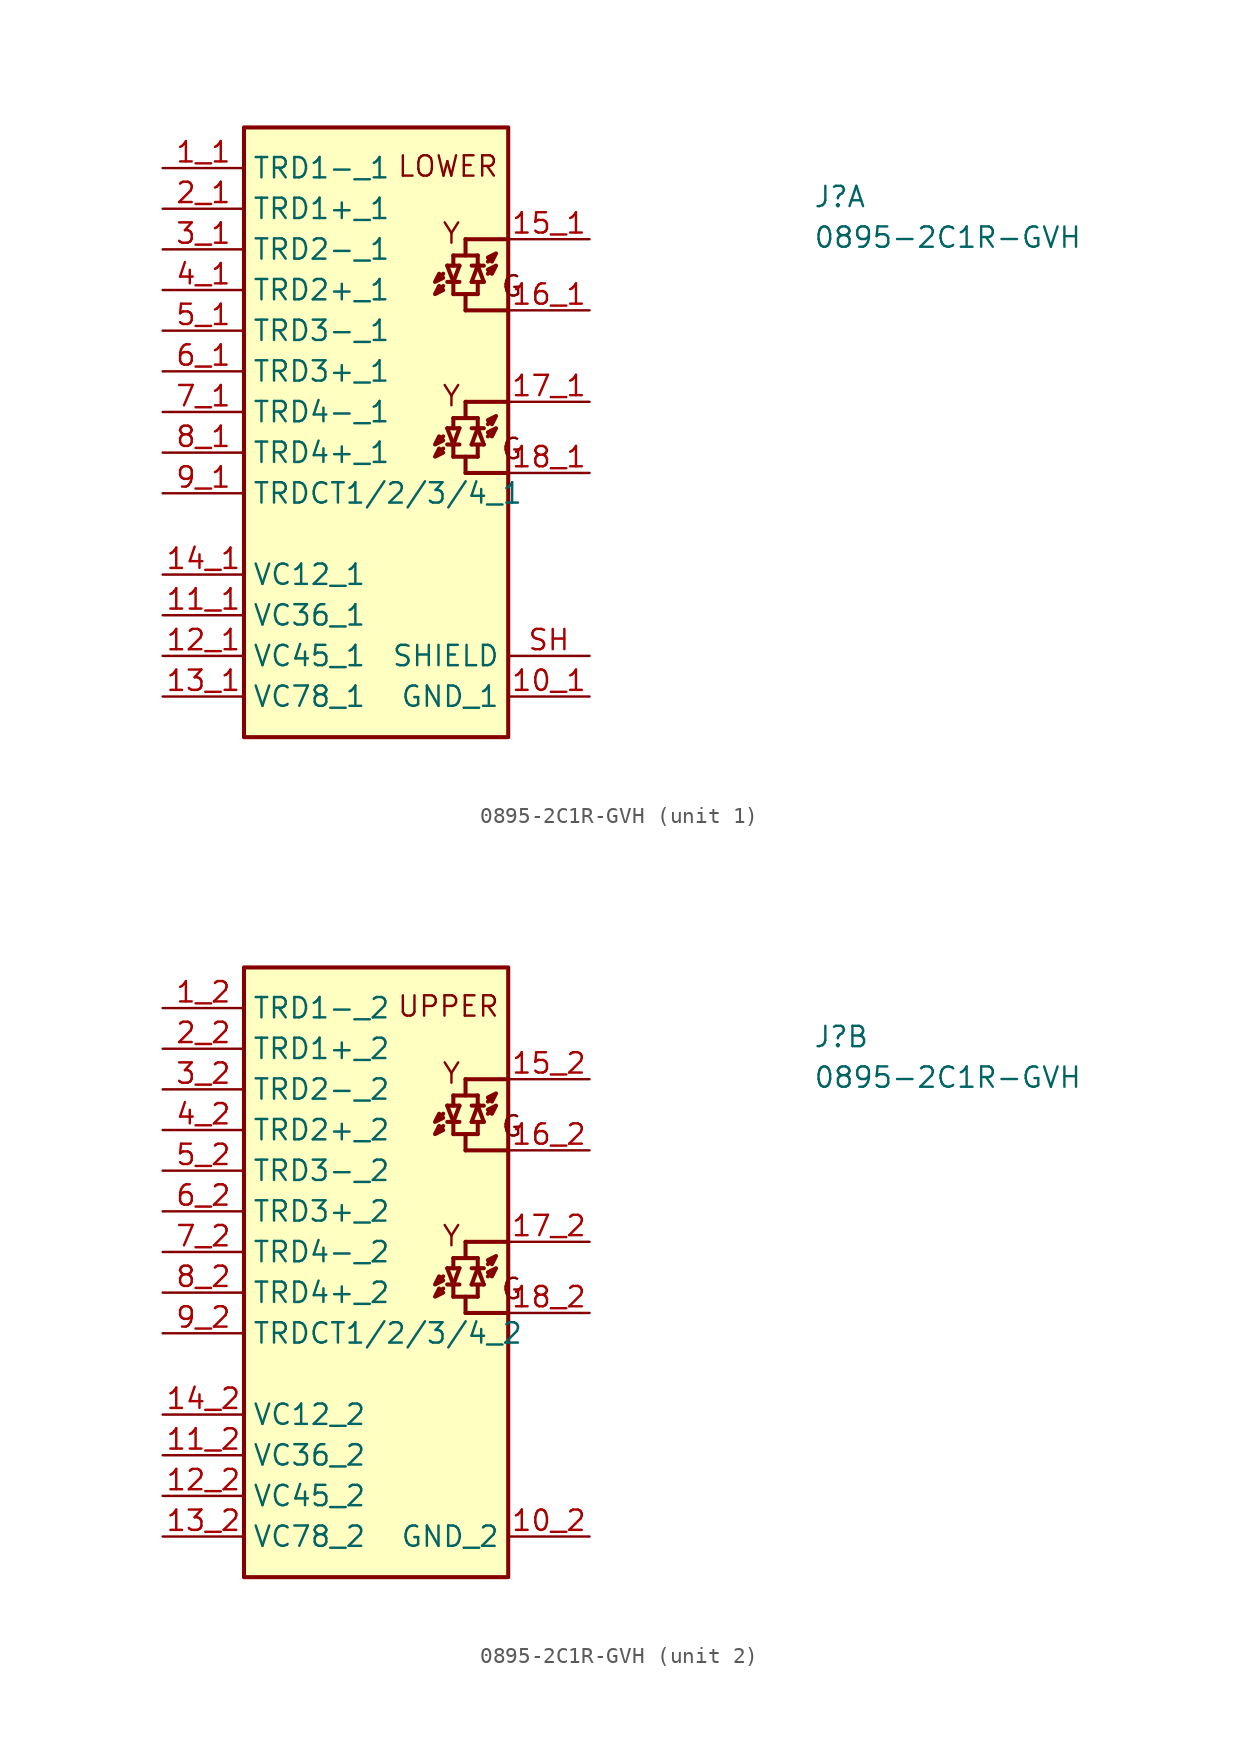
<source format=kicad_sym>
(kicad_symbol_lib
  (version 20211014)
  (generator kicad_symbol_editor)
  (symbol "0895-2C1R-GVH"
    (property "Reference" "J"
      (at 40.64 -2.54 0)
      (effects (font (size 1.27 1.27) (thickness 0.15)) (justify left bottom)))
    (property "Value" "0895-2C1R-GVH"
      (at 40.64 -5.08 0)
      (effects (font (size 1.27 1.27) (thickness 0.15)) (justify left bottom)))
    (symbol "0895-2C1R-GVH_1_1"
      (polyline (pts (xy 17.526 -17.526) (xy 17.272 -17.78)) (stroke (width 0.254) (type default) (color 0 0 0 0)) (fill (type background)))
      (polyline (pts (xy 17.526 -16.764) (xy 17.272 -17.018)) (stroke (width 0.254) (type default) (color 0 0 0 0)) (fill (type background)))
      (polyline (pts (xy 17.526 -7.366) (xy 17.272 -7.62)) (stroke (width 0.254) (type default) (color 0 0 0 0)) (fill (type background)))
      (polyline (pts (xy 17.526 -6.604) (xy 17.272 -6.858)) (stroke (width 0.254) (type default) (color 0 0 0 0)) (fill (type background)))
      (polyline (pts (xy 17.78 -17.272) (xy 18.161 -17.272)) (stroke (width 0.254) (type default) (color 0 0 0 0)) (fill (type background)))
      (polyline (pts (xy 17.78 -16.256) (xy 18.161 -17.272)) (stroke (width 0.254) (type default) (color 0 0 0 0)) (fill (type background)))
      (polyline (pts (xy 17.78 -16.256) (xy 18.542 -16.256)) (stroke (width 0.254) (type default) (color 0 0 0 0)) (fill (type background)))
      (polyline (pts (xy 17.78 -7.112) (xy 18.161 -7.112)) (stroke (width 0.254) (type default) (color 0 0 0 0)) (fill (type background)))
      (polyline (pts (xy 17.78 -6.096) (xy 18.161 -7.112)) (stroke (width 0.254) (type default) (color 0 0 0 0)) (fill (type background)))
      (polyline (pts (xy 17.78 -6.096) (xy 18.542 -6.096)) (stroke (width 0.254) (type default) (color 0 0 0 0)) (fill (type background)))
      (polyline (pts (xy 18.034 -17.272) (xy 18.542 -17.272)) (stroke (width 0.254) (type default) (color 0 0 0 0)) (fill (type background)))
      (polyline (pts (xy 18.034 -7.112) (xy 18.542 -7.112)) (stroke (width 0.254) (type default) (color 0 0 0 0)) (fill (type background)))
      (polyline (pts (xy 18.161 -18.034) (xy 19.685 -18.034)) (stroke (width 0.254) (type default) (color 0 0 0 0)) (fill (type background)))
      (polyline (pts (xy 18.161 -17.399) (xy 18.161 -18.034)) (stroke (width 0.254) (type default) (color 0 0 0 0)) (fill (type background)))
      (polyline (pts (xy 18.161 -17.272) (xy 18.542 -16.256)) (stroke (width 0.254) (type default) (color 0 0 0 0)) (fill (type background)))
      (polyline (pts (xy 18.161 -16.256) (xy 18.161 -15.621)) (stroke (width 0.254) (type default) (color 0 0 0 0)) (fill (type background)))
      (polyline (pts (xy 18.161 -7.874) (xy 19.685 -7.874)) (stroke (width 0.254) (type default) (color 0 0 0 0)) (fill (type background)))
      (polyline (pts (xy 18.161 -7.239) (xy 18.161 -7.874)) (stroke (width 0.254) (type default) (color 0 0 0 0)) (fill (type background)))
      (polyline (pts (xy 18.161 -7.112) (xy 18.542 -6.096)) (stroke (width 0.254) (type default) (color 0 0 0 0)) (fill (type background)))
      (polyline (pts (xy 18.161 -6.096) (xy 18.161 -5.461)) (stroke (width 0.254) (type default) (color 0 0 0 0)) (fill (type background)))
      (polyline (pts (xy 18.923 -19.05) (xy 18.923 -18.034)) (stroke (width 0.254) (type default) (color 0 0 0 0)) (fill (type background)))
      (polyline (pts (xy 18.923 -19.05) (xy 21.59 -19.05)) (stroke (width 0.254) (type default) (color 0 0 0 0)) (fill (type background)))
      (polyline (pts (xy 18.923 -15.621) (xy 18.923 -14.605)) (stroke (width 0.254) (type default) (color 0 0 0 0)) (fill (type background)))
      (polyline (pts (xy 18.923 -14.605) (xy 21.59 -14.605)) (stroke (width 0.254) (type default) (color 0 0 0 0)) (fill (type background)))
      (polyline (pts (xy 18.923 -8.89) (xy 18.923 -7.874)) (stroke (width 0.254) (type default) (color 0 0 0 0)) (fill (type background)))
      (polyline (pts (xy 18.923 -8.89) (xy 21.59 -8.89)) (stroke (width 0.254) (type default) (color 0 0 0 0)) (fill (type background)))
      (polyline (pts (xy 18.923 -5.461) (xy 18.923 -4.445)) (stroke (width 0.254) (type default) (color 0 0 0 0)) (fill (type background)))
      (polyline (pts (xy 18.923 -4.445) (xy 21.59 -4.445)) (stroke (width 0.254) (type default) (color 0 0 0 0)) (fill (type background)))
      (polyline (pts (xy 19.685 -17.399) (xy 19.685 -18.034)) (stroke (width 0.254) (type default) (color 0 0 0 0)) (fill (type background)))
      (polyline (pts (xy 19.685 -16.256) (xy 19.304 -17.272)) (stroke (width 0.254) (type default) (color 0 0 0 0)) (fill (type background)))
      (polyline (pts (xy 19.685 -16.256) (xy 19.685 -15.621)) (stroke (width 0.254) (type default) (color 0 0 0 0)) (fill (type background)))
      (polyline (pts (xy 19.685 -15.621) (xy 18.161 -15.621)) (stroke (width 0.254) (type default) (color 0 0 0 0)) (fill (type background)))
      (polyline (pts (xy 19.685 -7.239) (xy 19.685 -7.874)) (stroke (width 0.254) (type default) (color 0 0 0 0)) (fill (type background)))
      (polyline (pts (xy 19.685 -6.096) (xy 19.304 -7.112)) (stroke (width 0.254) (type default) (color 0 0 0 0)) (fill (type background)))
      (polyline (pts (xy 19.685 -6.096) (xy 19.685 -5.461)) (stroke (width 0.254) (type default) (color 0 0 0 0)) (fill (type background)))
      (polyline (pts (xy 19.685 -5.461) (xy 18.161 -5.461)) (stroke (width 0.254) (type default) (color 0 0 0 0)) (fill (type background)))
      (polyline (pts (xy 19.812 -16.256) (xy 19.304 -16.256)) (stroke (width 0.254) (type default) (color 0 0 0 0)) (fill (type background)))
      (polyline (pts (xy 19.812 -6.096) (xy 19.304 -6.096)) (stroke (width 0.254) (type default) (color 0 0 0 0)) (fill (type background)))
      (polyline (pts (xy 20.066 -17.272) (xy 19.304 -17.272)) (stroke (width 0.254) (type default) (color 0 0 0 0)) (fill (type background)))
      (polyline (pts (xy 20.066 -17.272) (xy 19.685 -16.256)) (stroke (width 0.254) (type default) (color 0 0 0 0)) (fill (type background)))
      (polyline (pts (xy 20.066 -16.256) (xy 19.685 -16.256)) (stroke (width 0.254) (type default) (color 0 0 0 0)) (fill (type background)))
      (polyline (pts (xy 20.066 -7.112) (xy 19.304 -7.112)) (stroke (width 0.254) (type default) (color 0 0 0 0)) (fill (type background)))
      (polyline (pts (xy 20.066 -7.112) (xy 19.685 -6.096)) (stroke (width 0.254) (type default) (color 0 0 0 0)) (fill (type background)))
      (polyline (pts (xy 20.066 -6.096) (xy 19.685 -6.096)) (stroke (width 0.254) (type default) (color 0 0 0 0)) (fill (type background)))
      (polyline (pts (xy 20.32 -16.764) (xy 20.574 -16.51)) (stroke (width 0.254) (type default) (color 0 0 0 0)) (fill (type background)))
      (polyline (pts (xy 20.32 -16.002) (xy 20.574 -15.748)) (stroke (width 0.254) (type default) (color 0 0 0 0)) (fill (type background)))
      (polyline (pts (xy 20.32 -6.604) (xy 20.574 -6.35)) (stroke (width 0.254) (type default) (color 0 0 0 0)) (fill (type background)))
      (polyline (pts (xy 20.32 -5.842) (xy 20.574 -5.588)) (stroke (width 0.254) (type default) (color 0 0 0 0)) (fill (type background)))
      (polyline (pts (xy 17.018 -18.034) (xy 17.526 -17.78) (xy 17.272 -17.526) (xy 17.018 -18.034)) (stroke (width 0.254) (type default) (color 0 0 0 0)) (fill (type background)))
      (polyline (pts (xy 17.018 -17.272) (xy 17.526 -17.018) (xy 17.272 -16.764) (xy 17.018 -17.272)) (stroke (width 0.254) (type default) (color 0 0 0 0)) (fill (type background)))
      (polyline (pts (xy 17.018 -7.874) (xy 17.526 -7.62) (xy 17.272 -7.366) (xy 17.018 -7.874)) (stroke (width 0.254) (type default) (color 0 0 0 0)) (fill (type background)))
      (polyline (pts (xy 17.018 -7.112) (xy 17.526 -6.858) (xy 17.272 -6.604) (xy 17.018 -7.112)) (stroke (width 0.254) (type default) (color 0 0 0 0)) (fill (type background)))
      (polyline (pts (xy 20.828 -16.256) (xy 20.32 -16.51) (xy 20.574 -16.764) (xy 20.828 -16.256)) (stroke (width 0.254) (type default) (color 0 0 0 0)) (fill (type background)))
      (polyline (pts (xy 20.828 -15.494) (xy 20.32 -15.748) (xy 20.574 -16.002) (xy 20.828 -15.494)) (stroke (width 0.254) (type default) (color 0 0 0 0)) (fill (type background)))
      (polyline (pts (xy 20.828 -6.096) (xy 20.32 -6.35) (xy 20.574 -6.604) (xy 20.828 -6.096)) (stroke (width 0.254) (type default) (color 0 0 0 0)) (fill (type background)))
      (polyline (pts (xy 20.828 -5.334) (xy 20.32 -5.588) (xy 20.574 -5.842) (xy 20.828 -5.334)) (stroke (width 0.254) (type default) (color 0 0 0 0)) (fill (type background)))
      (rectangle (start 5.08 2.54) (end 21.59 -35.56) (stroke (width 0.254) (type default) (color 0 0 0 0)) (fill (type background)))
      (text "G" (at 21.082 -18.288 0) (effects (font (size 1.27 1.27) (thickness 0.15)) (justify left bottom)))
      (text "G" (at 21.082 -8.128 0) (effects (font (size 1.27 1.27) (thickness 0.15)) (justify left bottom)))
      (text "LOWER" (at 14.605 -0.635 0) (effects (font (size 1.27 1.27) (thickness 0.15)) (justify left bottom)))
      (text "Y" (at 17.399 -14.986 0) (effects (font (size 1.27 1.27) (thickness 0.15)) (justify left bottom)))
      (text "Y" (at 17.399 -4.826 0) (effects (font (size 1.27 1.27) (thickness 0.15)) (justify left bottom)))
      (pin power_in line (at 26.67 -33.02 180) (length 5.08) (name "GND_1" (effects (font (size 1.27 1.27)))) (number "10_1" (effects (font (size 1.27 1.27)))))
      (pin passive line (at 0 -27.94 0) (length 5.08) (name "VC36_1" (effects (font (size 1.27 1.27)))) (number "11_1" (effects (font (size 1.27 1.27)))))
      (pin passive line (at 0 -30.48 0) (length 5.08) (name "VC45_1" (effects (font (size 1.27 1.27)))) (number "12_1" (effects (font (size 1.27 1.27)))))
      (pin passive line (at 0 -33.02 0) (length 5.08) (name "VC78_1" (effects (font (size 1.27 1.27)))) (number "13_1" (effects (font (size 1.27 1.27)))))
      (pin passive line (at 0 -25.4 0) (length 5.08) (name "VC12_1" (effects (font (size 1.27 1.27)))) (number "14_1" (effects (font (size 1.27 1.27)))))
      (pin passive line (at 26.67 -4.445 180) (length 5.08) (name "~" (effects (font (size 1.27 1.27)))) (number "15_1" (effects (font (size 1.27 1.27)))))
      (pin passive line (at 26.67 -8.89 180) (length 5.08) (name "~" (effects (font (size 1.27 1.27)))) (number "16_1" (effects (font (size 1.27 1.27)))))
      (pin passive line (at 26.67 -14.605 180) (length 5.08) (name "~" (effects (font (size 1.27 1.27)))) (number "17_1" (effects (font (size 1.27 1.27)))))
      (pin passive line (at 26.67 -19.05 180) (length 5.08) (name "~" (effects (font (size 1.27 1.27)))) (number "18_1" (effects (font (size 1.27 1.27)))))
      (pin passive line (at 0 0 0) (length 5.08) (name "TRD1-_1" (effects (font (size 1.27 1.27)))) (number "1_1" (effects (font (size 1.27 1.27)))))
      (pin passive line (at 0 -2.54 0) (length 5.08) (name "TRD1+_1" (effects (font (size 1.27 1.27)))) (number "2_1" (effects (font (size 1.27 1.27)))))
      (pin passive line (at 0 -5.08 0) (length 5.08) (name "TRD2-_1" (effects (font (size 1.27 1.27)))) (number "3_1" (effects (font (size 1.27 1.27)))))
      (pin passive line (at 0 -7.62 0) (length 5.08) (name "TRD2+_1" (effects (font (size 1.27 1.27)))) (number "4_1" (effects (font (size 1.27 1.27)))))
      (pin passive line (at 0 -10.16 0) (length 5.08) (name "TRD3-_1" (effects (font (size 1.27 1.27)))) (number "5_1" (effects (font (size 1.27 1.27)))))
      (pin passive line (at 0 -12.7 0) (length 5.08) (name "TRD3+_1" (effects (font (size 1.27 1.27)))) (number "6_1" (effects (font (size 1.27 1.27)))))
      (pin passive line (at 0 -15.24 0) (length 5.08) (name "TRD4-_1" (effects (font (size 1.27 1.27)))) (number "7_1" (effects (font (size 1.27 1.27)))))
      (pin passive line (at 0 -17.78 0) (length 5.08) (name "TRD4+_1" (effects (font (size 1.27 1.27)))) (number "8_1" (effects (font (size 1.27 1.27)))))
      (pin passive line (at 0 -20.32 0) (length 5.08) (name "TRDCT1/2/3/4_1" (effects (font (size 1.27 1.27)))) (number "9_1" (effects (font (size 1.27 1.27)))))
      (pin passive line (at 26.67 -30.48 180) (length 5.08) (name "SHIELD" (effects (font (size 1.27 1.27)))) (number "SH" (effects (font (size 1.27 1.27)))))
      (pin passive line (at 26.67 -30.48 180) (length 5.08) hide (name "SHIELD" (effects (font (size 1.27 1.27)))) (number "SH" (effects (font (size 1.27 1.27)))))
      (pin passive line (at 26.67 -30.48 180) (length 5.08) hide (name "SHIELD" (effects (font (size 1.27 1.27)))) (number "SH" (effects (font (size 1.27 1.27)))))
      (pin passive line (at 26.67 -30.48 180) (length 5.08) hide (name "SHIELD" (effects (font (size 1.27 1.27)))) (number "SH" (effects (font (size 1.27 1.27)))))
      (pin passive line (at 26.67 -30.48 180) (length 5.08) hide (name "SHIELD" (effects (font (size 1.27 1.27)))) (number "SH" (effects (font (size 1.27 1.27)))))
      (pin passive line (at 26.67 -30.48 180) (length 5.08) hide (name "SHIELD" (effects (font (size 1.27 1.27)))) (number "SH" (effects (font (size 1.27 1.27))))))
    (symbol "0895-2C1R-GVH_2_1"
      (polyline (pts (xy 17.526 -17.526) (xy 17.272 -17.78)) (stroke (width 0.254) (type default) (color 0 0 0 0)) (fill (type background)))
      (polyline (pts (xy 17.526 -16.764) (xy 17.272 -17.018)) (stroke (width 0.254) (type default) (color 0 0 0 0)) (fill (type background)))
      (polyline (pts (xy 17.526 -7.366) (xy 17.272 -7.62)) (stroke (width 0.254) (type default) (color 0 0 0 0)) (fill (type background)))
      (polyline (pts (xy 17.526 -6.604) (xy 17.272 -6.858)) (stroke (width 0.254) (type default) (color 0 0 0 0)) (fill (type background)))
      (polyline (pts (xy 17.78 -17.272) (xy 18.161 -17.272)) (stroke (width 0.254) (type default) (color 0 0 0 0)) (fill (type background)))
      (polyline (pts (xy 17.78 -16.256) (xy 18.161 -17.272)) (stroke (width 0.254) (type default) (color 0 0 0 0)) (fill (type background)))
      (polyline (pts (xy 17.78 -16.256) (xy 18.542 -16.256)) (stroke (width 0.254) (type default) (color 0 0 0 0)) (fill (type background)))
      (polyline (pts (xy 17.78 -7.112) (xy 18.161 -7.112)) (stroke (width 0.254) (type default) (color 0 0 0 0)) (fill (type background)))
      (polyline (pts (xy 17.78 -6.096) (xy 18.161 -7.112)) (stroke (width 0.254) (type default) (color 0 0 0 0)) (fill (type background)))
      (polyline (pts (xy 17.78 -6.096) (xy 18.542 -6.096)) (stroke (width 0.254) (type default) (color 0 0 0 0)) (fill (type background)))
      (polyline (pts (xy 18.034 -17.272) (xy 18.542 -17.272)) (stroke (width 0.254) (type default) (color 0 0 0 0)) (fill (type background)))
      (polyline (pts (xy 18.034 -7.112) (xy 18.542 -7.112)) (stroke (width 0.254) (type default) (color 0 0 0 0)) (fill (type background)))
      (polyline (pts (xy 18.161 -18.034) (xy 19.685 -18.034)) (stroke (width 0.254) (type default) (color 0 0 0 0)) (fill (type background)))
      (polyline (pts (xy 18.161 -17.399) (xy 18.161 -18.034)) (stroke (width 0.254) (type default) (color 0 0 0 0)) (fill (type background)))
      (polyline (pts (xy 18.161 -17.272) (xy 18.542 -16.256)) (stroke (width 0.254) (type default) (color 0 0 0 0)) (fill (type background)))
      (polyline (pts (xy 18.161 -16.256) (xy 18.161 -15.621)) (stroke (width 0.254) (type default) (color 0 0 0 0)) (fill (type background)))
      (polyline (pts (xy 18.161 -7.874) (xy 19.685 -7.874)) (stroke (width 0.254) (type default) (color 0 0 0 0)) (fill (type background)))
      (polyline (pts (xy 18.161 -7.239) (xy 18.161 -7.874)) (stroke (width 0.254) (type default) (color 0 0 0 0)) (fill (type background)))
      (polyline (pts (xy 18.161 -7.112) (xy 18.542 -6.096)) (stroke (width 0.254) (type default) (color 0 0 0 0)) (fill (type background)))
      (polyline (pts (xy 18.161 -6.096) (xy 18.161 -5.461)) (stroke (width 0.254) (type default) (color 0 0 0 0)) (fill (type background)))
      (polyline (pts (xy 18.923 -19.05) (xy 18.923 -18.034)) (stroke (width 0.254) (type default) (color 0 0 0 0)) (fill (type background)))
      (polyline (pts (xy 18.923 -19.05) (xy 21.59 -19.05)) (stroke (width 0.254) (type default) (color 0 0 0 0)) (fill (type background)))
      (polyline (pts (xy 18.923 -15.621) (xy 18.923 -14.605)) (stroke (width 0.254) (type default) (color 0 0 0 0)) (fill (type background)))
      (polyline (pts (xy 18.923 -14.605) (xy 21.59 -14.605)) (stroke (width 0.254) (type default) (color 0 0 0 0)) (fill (type background)))
      (polyline (pts (xy 18.923 -8.89) (xy 18.923 -7.874)) (stroke (width 0.254) (type default) (color 0 0 0 0)) (fill (type background)))
      (polyline (pts (xy 18.923 -8.89) (xy 21.59 -8.89)) (stroke (width 0.254) (type default) (color 0 0 0 0)) (fill (type background)))
      (polyline (pts (xy 18.923 -5.461) (xy 18.923 -4.445)) (stroke (width 0.254) (type default) (color 0 0 0 0)) (fill (type background)))
      (polyline (pts (xy 18.923 -4.445) (xy 21.59 -4.445)) (stroke (width 0.254) (type default) (color 0 0 0 0)) (fill (type background)))
      (polyline (pts (xy 19.685 -17.399) (xy 19.685 -18.034)) (stroke (width 0.254) (type default) (color 0 0 0 0)) (fill (type background)))
      (polyline (pts (xy 19.685 -16.256) (xy 19.304 -17.272)) (stroke (width 0.254) (type default) (color 0 0 0 0)) (fill (type background)))
      (polyline (pts (xy 19.685 -16.256) (xy 19.685 -15.621)) (stroke (width 0.254) (type default) (color 0 0 0 0)) (fill (type background)))
      (polyline (pts (xy 19.685 -15.621) (xy 18.161 -15.621)) (stroke (width 0.254) (type default) (color 0 0 0 0)) (fill (type background)))
      (polyline (pts (xy 19.685 -7.239) (xy 19.685 -7.874)) (stroke (width 0.254) (type default) (color 0 0 0 0)) (fill (type background)))
      (polyline (pts (xy 19.685 -6.096) (xy 19.304 -7.112)) (stroke (width 0.254) (type default) (color 0 0 0 0)) (fill (type background)))
      (polyline (pts (xy 19.685 -6.096) (xy 19.685 -5.461)) (stroke (width 0.254) (type default) (color 0 0 0 0)) (fill (type background)))
      (polyline (pts (xy 19.685 -5.461) (xy 18.161 -5.461)) (stroke (width 0.254) (type default) (color 0 0 0 0)) (fill (type background)))
      (polyline (pts (xy 19.812 -16.256) (xy 19.304 -16.256)) (stroke (width 0.254) (type default) (color 0 0 0 0)) (fill (type background)))
      (polyline (pts (xy 19.812 -6.096) (xy 19.304 -6.096)) (stroke (width 0.254) (type default) (color 0 0 0 0)) (fill (type background)))
      (polyline (pts (xy 20.066 -17.272) (xy 19.304 -17.272)) (stroke (width 0.254) (type default) (color 0 0 0 0)) (fill (type background)))
      (polyline (pts (xy 20.066 -17.272) (xy 19.685 -16.256)) (stroke (width 0.254) (type default) (color 0 0 0 0)) (fill (type background)))
      (polyline (pts (xy 20.066 -16.256) (xy 19.685 -16.256)) (stroke (width 0.254) (type default) (color 0 0 0 0)) (fill (type background)))
      (polyline (pts (xy 20.066 -7.112) (xy 19.304 -7.112)) (stroke (width 0.254) (type default) (color 0 0 0 0)) (fill (type background)))
      (polyline (pts (xy 20.066 -7.112) (xy 19.685 -6.096)) (stroke (width 0.254) (type default) (color 0 0 0 0)) (fill (type background)))
      (polyline (pts (xy 20.066 -6.096) (xy 19.685 -6.096)) (stroke (width 0.254) (type default) (color 0 0 0 0)) (fill (type background)))
      (polyline (pts (xy 20.32 -16.764) (xy 20.574 -16.51)) (stroke (width 0.254) (type default) (color 0 0 0 0)) (fill (type background)))
      (polyline (pts (xy 20.32 -16.002) (xy 20.574 -15.748)) (stroke (width 0.254) (type default) (color 0 0 0 0)) (fill (type background)))
      (polyline (pts (xy 20.32 -6.604) (xy 20.574 -6.35)) (stroke (width 0.254) (type default) (color 0 0 0 0)) (fill (type background)))
      (polyline (pts (xy 20.32 -5.842) (xy 20.574 -5.588)) (stroke (width 0.254) (type default) (color 0 0 0 0)) (fill (type background)))
      (polyline (pts (xy 17.018 -18.034) (xy 17.526 -17.78) (xy 17.272 -17.526) (xy 17.018 -18.034)) (stroke (width 0.254) (type default) (color 0 0 0 0)) (fill (type background)))
      (polyline (pts (xy 17.018 -17.272) (xy 17.526 -17.018) (xy 17.272 -16.764) (xy 17.018 -17.272)) (stroke (width 0.254) (type default) (color 0 0 0 0)) (fill (type background)))
      (polyline (pts (xy 17.018 -7.874) (xy 17.526 -7.62) (xy 17.272 -7.366) (xy 17.018 -7.874)) (stroke (width 0.254) (type default) (color 0 0 0 0)) (fill (type background)))
      (polyline (pts (xy 17.018 -7.112) (xy 17.526 -6.858) (xy 17.272 -6.604) (xy 17.018 -7.112)) (stroke (width 0.254) (type default) (color 0 0 0 0)) (fill (type background)))
      (polyline (pts (xy 20.828 -16.256) (xy 20.32 -16.51) (xy 20.574 -16.764) (xy 20.828 -16.256)) (stroke (width 0.254) (type default) (color 0 0 0 0)) (fill (type background)))
      (polyline (pts (xy 20.828 -15.494) (xy 20.32 -15.748) (xy 20.574 -16.002) (xy 20.828 -15.494)) (stroke (width 0.254) (type default) (color 0 0 0 0)) (fill (type background)))
      (polyline (pts (xy 20.828 -6.096) (xy 20.32 -6.35) (xy 20.574 -6.604) (xy 20.828 -6.096)) (stroke (width 0.254) (type default) (color 0 0 0 0)) (fill (type background)))
      (polyline (pts (xy 20.828 -5.334) (xy 20.32 -5.588) (xy 20.574 -5.842) (xy 20.828 -5.334)) (stroke (width 0.254) (type default) (color 0 0 0 0)) (fill (type background)))
      (rectangle (start 5.08 2.54) (end 21.59 -35.56) (stroke (width 0.254) (type default) (color 0 0 0 0)) (fill (type background)))
      (text "G" (at 21.082 -18.288 0) (effects (font (size 1.27 1.27) (thickness 0.15)) (justify left bottom)))
      (text "G" (at 21.082 -8.128 0) (effects (font (size 1.27 1.27) (thickness 0.15)) (justify left bottom)))
      (text "UPPER" (at 14.605 -0.635 0) (effects (font (size 1.27 1.27) (thickness 0.15)) (justify left bottom)))
      (text "Y" (at 17.399 -14.986 0) (effects (font (size 1.27 1.27) (thickness 0.15)) (justify left bottom)))
      (text "Y" (at 17.399 -4.826 0) (effects (font (size 1.27 1.27) (thickness 0.15)) (justify left bottom)))
      (pin passive line (at 26.67 -33.02 180) (length 5.08) (name "GND_2" (effects (font (size 1.27 1.27)))) (number "10_2" (effects (font (size 1.27 1.27)))))
      (pin passive line (at 0 -27.94 0) (length 5.08) (name "VC36_2" (effects (font (size 1.27 1.27)))) (number "11_2" (effects (font (size 1.27 1.27)))))
      (pin passive line (at 0 -30.48 0) (length 5.08) (name "VC45_2" (effects (font (size 1.27 1.27)))) (number "12_2" (effects (font (size 1.27 1.27)))))
      (pin passive line (at 0 -33.02 0) (length 5.08) (name "VC78_2" (effects (font (size 1.27 1.27)))) (number "13_2" (effects (font (size 1.27 1.27)))))
      (pin passive line (at 0 -25.4 0) (length 5.08) (name "VC12_2" (effects (font (size 1.27 1.27)))) (number "14_2" (effects (font (size 1.27 1.27)))))
      (pin passive line (at 26.67 -4.445 180) (length 5.08) (name "~" (effects (font (size 1.27 1.27)))) (number "15_2" (effects (font (size 1.27 1.27)))))
      (pin passive line (at 26.67 -8.89 180) (length 5.08) (name "~" (effects (font (size 1.27 1.27)))) (number "16_2" (effects (font (size 1.27 1.27)))))
      (pin passive line (at 26.67 -14.605 180) (length 5.08) (name "~" (effects (font (size 1.27 1.27)))) (number "17_2" (effects (font (size 1.27 1.27)))))
      (pin passive line (at 26.67 -19.05 180) (length 5.08) (name "~" (effects (font (size 1.27 1.27)))) (number "18_2" (effects (font (size 1.27 1.27)))))
      (pin passive line (at 0 0 0) (length 5.08) (name "TRD1-_2" (effects (font (size 1.27 1.27)))) (number "1_2" (effects (font (size 1.27 1.27)))))
      (pin passive line (at 0 -2.54 0) (length 5.08) (name "TRD1+_2" (effects (font (size 1.27 1.27)))) (number "2_2" (effects (font (size 1.27 1.27)))))
      (pin passive line (at 0 -5.08 0) (length 5.08) (name "TRD2-_2" (effects (font (size 1.27 1.27)))) (number "3_2" (effects (font (size 1.27 1.27)))))
      (pin passive line (at 0 -7.62 0) (length 5.08) (name "TRD2+_2" (effects (font (size 1.27 1.27)))) (number "4_2" (effects (font (size 1.27 1.27)))))
      (pin passive line (at 0 -10.16 0) (length 5.08) (name "TRD3-_2" (effects (font (size 1.27 1.27)))) (number "5_2" (effects (font (size 1.27 1.27)))))
      (pin passive line (at 0 -12.7 0) (length 5.08) (name "TRD3+_2" (effects (font (size 1.27 1.27)))) (number "6_2" (effects (font (size 1.27 1.27)))))
      (pin passive line (at 0 -15.24 0) (length 5.08) (name "TRD4-_2" (effects (font (size 1.27 1.27)))) (number "7_2" (effects (font (size 1.27 1.27)))))
      (pin passive line (at 0 -17.78 0) (length 5.08) (name "TRD4+_2" (effects (font (size 1.27 1.27)))) (number "8_2" (effects (font (size 1.27 1.27)))))
      (pin passive line (at 0 -20.32 0) (length 5.08) (name "TRDCT1/2/3/4_2" (effects (font (size 1.27 1.27)))) (number "9_2" (effects (font (size 1.27 1.27))))))))
</source>
